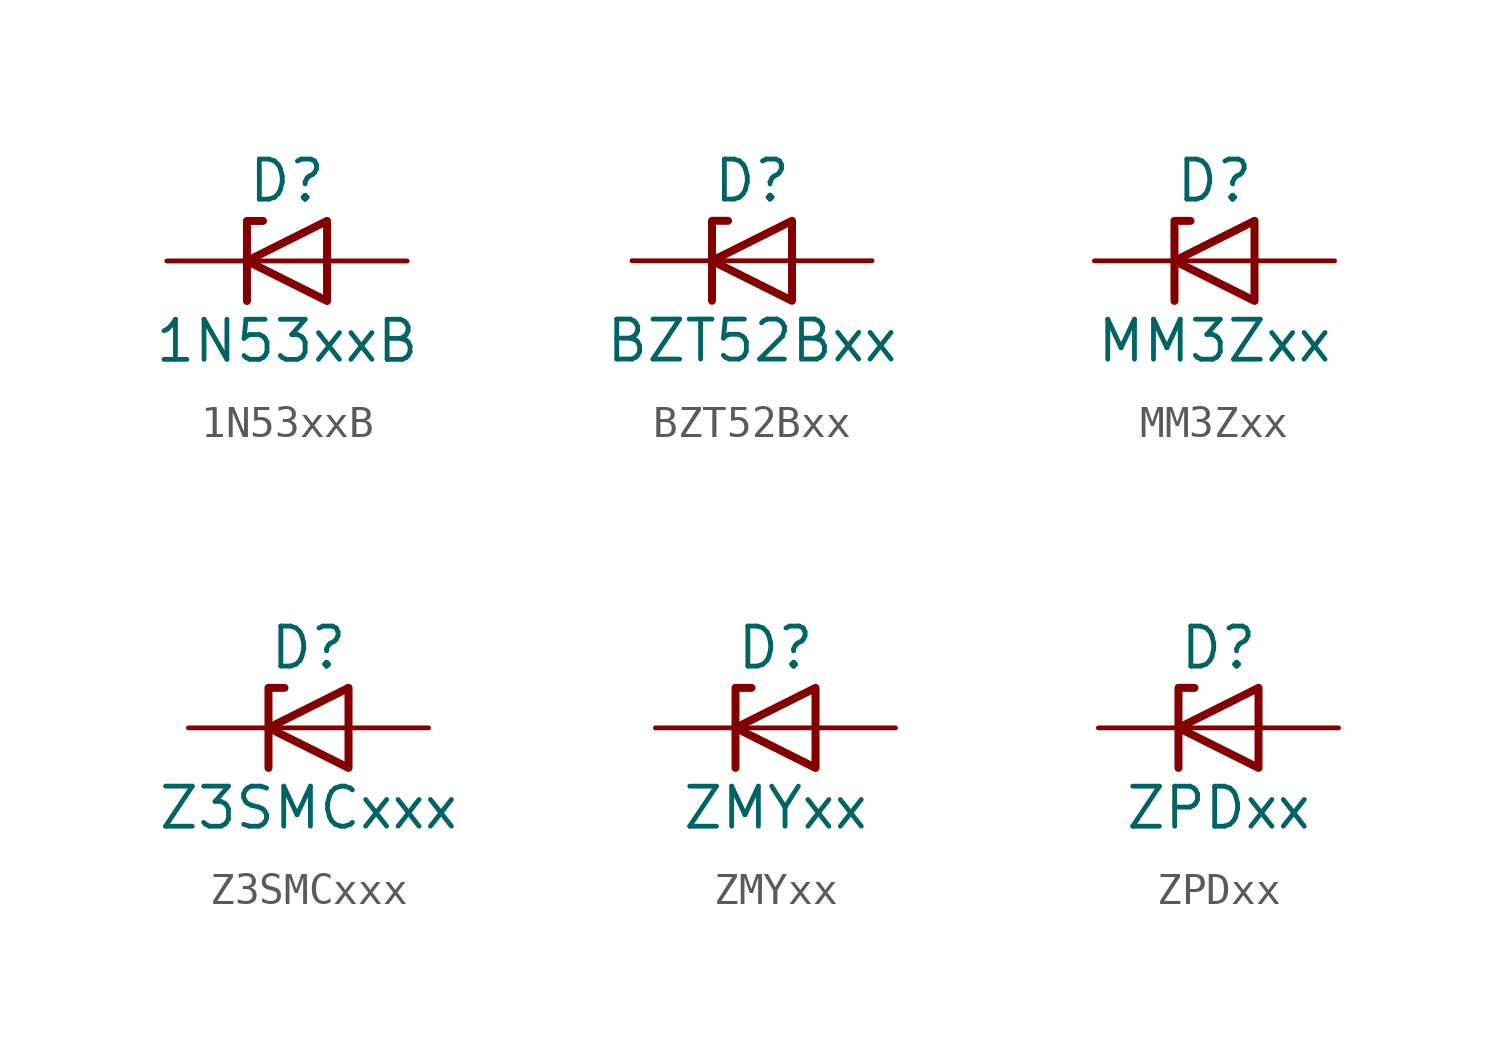
<source format=kicad_sym>
(kicad_symbol_lib
  (version 20211014)
  (generator kicad_symbol_editor)
  (symbol "1N53xxB"
    (pin_numbers hide)
    (pin_names
      (offset 1.016) hide)
    (property "Reference" "D"
      (at 0 2.54 0)
      (effects (font (size 1.27 1.27))))
    (property "Value" "1N53xxB"
      (at 0 -2.54 0)
      (effects (font (size 1.27 1.27))))
    (symbol "1N53xxB_0_1"
      (polyline (pts (xy 1.27 0) (xy -1.27 0)) (stroke (width 0) (type default) (color 0 0 0 0)) (fill (type none)))
      (polyline (pts (xy -1.27 -1.27) (xy -1.27 1.27) (xy -0.762 1.27)) (stroke (width 0.254) (type default) (color 0 0 0 0)) (fill (type none)))
      (polyline (pts (xy 1.27 -1.27) (xy 1.27 1.27) (xy -1.27 0) (xy 1.27 -1.27)) (stroke (width 0.254) (type default) (color 0 0 0 0)) (fill (type none))))
    (symbol "1N53xxB_1_1"
      (pin passive line (at -3.81 0 0) (length 2.54) (name "K" (effects (font (size 1.27 1.27)))) (number "1" (effects (font (size 1.27 1.27)))))
      (pin passive line (at 3.81 0 180) (length 2.54) (name "A" (effects (font (size 1.27 1.27)))) (number "2" (effects (font (size 1.27 1.27)))))))
  (symbol "BZT52Bxx"
    (pin_numbers hide)
    (pin_names
      (offset 1.016) hide)
    (property "Reference" "D"
      (at 0 2.54 0)
      (effects (font (size 1.27 1.27))))
    (property "Value" "BZT52Bxx"
      (at 0 -2.54 0)
      (effects (font (size 1.27 1.27))))
    (symbol "BZT52Bxx_0_1"
      (polyline (pts (xy 1.27 0) (xy -1.27 0)) (stroke (width 0) (type default) (color 0 0 0 0)) (fill (type none)))
      (polyline (pts (xy -1.27 -1.27) (xy -1.27 1.27) (xy -0.762 1.27)) (stroke (width 0.254) (type default) (color 0 0 0 0)) (fill (type none)))
      (polyline (pts (xy 1.27 -1.27) (xy 1.27 1.27) (xy -1.27 0) (xy 1.27 -1.27)) (stroke (width 0.254) (type default) (color 0 0 0 0)) (fill (type none))))
    (symbol "BZT52Bxx_1_1"
      (pin passive line (at -3.81 0 0) (length 2.54) (name "K" (effects (font (size 1.27 1.27)))) (number "1" (effects (font (size 1.27 1.27)))))
      (pin passive line (at 3.81 0 180) (length 2.54) (name "A" (effects (font (size 1.27 1.27)))) (number "2" (effects (font (size 1.27 1.27)))))))
  (symbol "MM3Zxx"
    (pin_numbers hide)
    (pin_names
      (offset 1.016) hide)
    (property "Reference" "D"
      (at 0 2.54 0)
      (effects (font (size 1.27 1.27))))
    (property "Value" "MM3Zxx"
      (at 0 -2.54 0)
      (effects (font (size 1.27 1.27))))
    (symbol "MM3Zxx_0_1"
      (polyline (pts (xy 1.27 0) (xy -1.27 0)) (stroke (width 0) (type default) (color 0 0 0 0)) (fill (type none)))
      (polyline (pts (xy -1.27 -1.27) (xy -1.27 1.27) (xy -0.762 1.27)) (stroke (width 0.254) (type default) (color 0 0 0 0)) (fill (type none)))
      (polyline (pts (xy 1.27 -1.27) (xy 1.27 1.27) (xy -1.27 0) (xy 1.27 -1.27)) (stroke (width 0.254) (type default) (color 0 0 0 0)) (fill (type none))))
    (symbol "MM3Zxx_1_1"
      (pin passive line (at -3.81 0 0) (length 2.54) (name "K" (effects (font (size 1.27 1.27)))) (number "1" (effects (font (size 1.27 1.27)))))
      (pin passive line (at 3.81 0 180) (length 2.54) (name "A" (effects (font (size 1.27 1.27)))) (number "2" (effects (font (size 1.27 1.27)))))))
  (symbol "Z3SMCxxx"
    (pin_numbers hide)
    (pin_names
      (offset 1.016) hide)
    (property "Reference" "D"
      (at 0 2.54 0)
      (effects (font (size 1.27 1.27))))
    (property "Value" "Z3SMCxxx"
      (at 0 -2.54 0)
      (effects (font (size 1.27 1.27))))
    (symbol "Z3SMCxxx_0_1"
      (polyline (pts (xy 1.27 0) (xy -1.27 0)) (stroke (width 0) (type default) (color 0 0 0 0)) (fill (type none)))
      (polyline (pts (xy -1.27 -1.27) (xy -1.27 1.27) (xy -0.762 1.27)) (stroke (width 0.254) (type default) (color 0 0 0 0)) (fill (type none)))
      (polyline (pts (xy 1.27 -1.27) (xy 1.27 1.27) (xy -1.27 0) (xy 1.27 -1.27)) (stroke (width 0.254) (type default) (color 0 0 0 0)) (fill (type none))))
    (symbol "Z3SMCxxx_1_1"
      (pin passive line (at -3.81 0 0) (length 2.54) (name "K" (effects (font (size 1.27 1.27)))) (number "1" (effects (font (size 1.27 1.27)))))
      (pin passive line (at 3.81 0 180) (length 2.54) (name "A" (effects (font (size 1.27 1.27)))) (number "2" (effects (font (size 1.27 1.27)))))))
  (symbol "ZMYxx"
    (pin_numbers hide)
    (pin_names
      (offset 1.016) hide)
    (property "Reference" "D"
      (at 0 2.54 0)
      (effects (font (size 1.27 1.27))))
    (property "Value" "ZMYxx"
      (at 0 -2.54 0)
      (effects (font (size 1.27 1.27))))
    (symbol "ZMYxx_0_1"
      (polyline (pts (xy 1.27 0) (xy -1.27 0)) (stroke (width 0) (type default) (color 0 0 0 0)) (fill (type none)))
      (polyline (pts (xy -1.27 -1.27) (xy -1.27 1.27) (xy -0.762 1.27)) (stroke (width 0.254) (type default) (color 0 0 0 0)) (fill (type none)))
      (polyline (pts (xy 1.27 -1.27) (xy 1.27 1.27) (xy -1.27 0) (xy 1.27 -1.27)) (stroke (width 0.254) (type default) (color 0 0 0 0)) (fill (type none))))
    (symbol "ZMYxx_1_1"
      (pin passive line (at -3.81 0 0) (length 2.54) (name "K" (effects (font (size 1.27 1.27)))) (number "1" (effects (font (size 1.27 1.27)))))
      (pin passive line (at 3.81 0 180) (length 2.54) (name "A" (effects (font (size 1.27 1.27)))) (number "2" (effects (font (size 1.27 1.27)))))))
  (symbol "ZPDxx"
    (pin_numbers hide)
    (pin_names
      (offset 1.016) hide)
    (property "Reference" "D"
      (at 0 2.54 0)
      (effects (font (size 1.27 1.27))))
    (property "Value" "ZPDxx"
      (at 0 -2.54 0)
      (effects (font (size 1.27 1.27))))
    (symbol "ZPDxx_0_1"
      (polyline (pts (xy 1.27 0) (xy -1.27 0)) (stroke (width 0) (type default) (color 0 0 0 0)) (fill (type none)))
      (polyline (pts (xy -1.27 -1.27) (xy -1.27 1.27) (xy -0.762 1.27)) (stroke (width 0.254) (type default) (color 0 0 0 0)) (fill (type none)))
      (polyline (pts (xy 1.27 -1.27) (xy 1.27 1.27) (xy -1.27 0) (xy 1.27 -1.27)) (stroke (width 0.254) (type default) (color 0 0 0 0)) (fill (type none))))
    (symbol "ZPDxx_1_1"
      (pin passive line (at -3.81 0 0) (length 2.54) (name "K" (effects (font (size 1.27 1.27)))) (number "1" (effects (font (size 1.27 1.27)))))
      (pin passive line (at 3.81 0 180) (length 2.54) (name "A" (effects (font (size 1.27 1.27)))) (number "2" (effects (font (size 1.27 1.27))))))))
</source>
